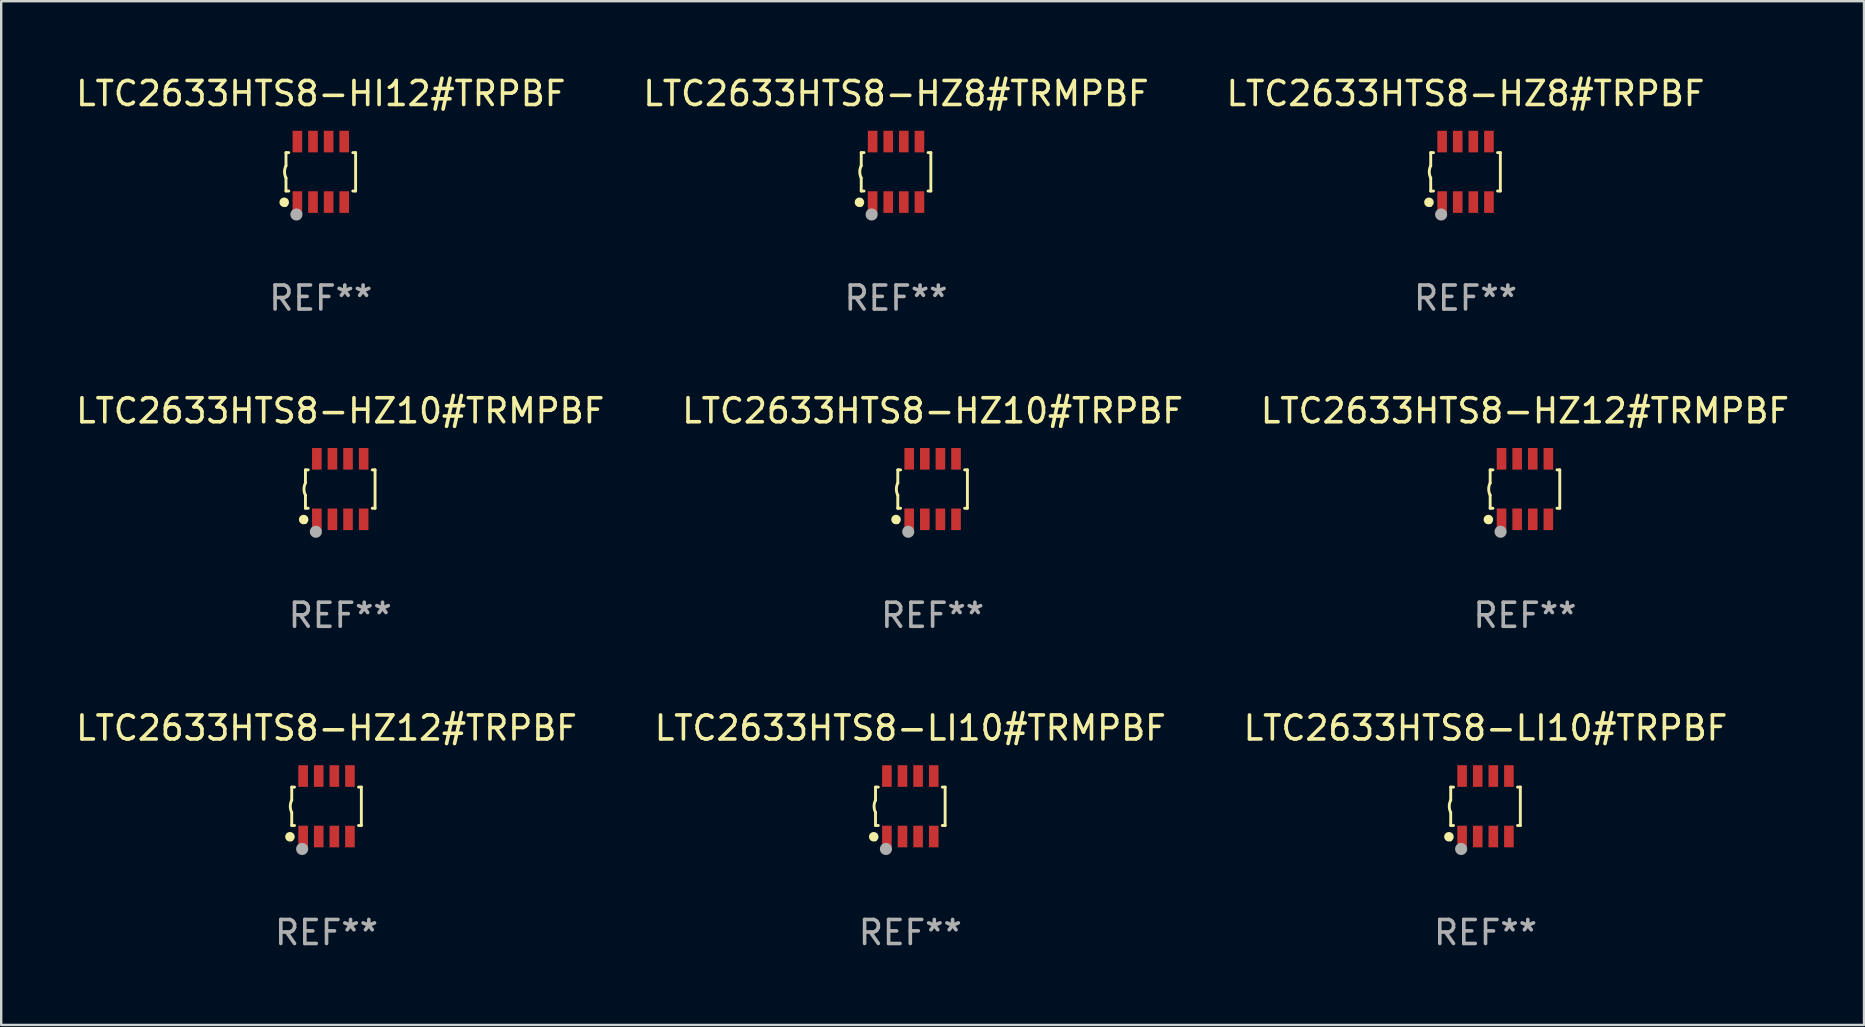
<source format=kicad_pcb>
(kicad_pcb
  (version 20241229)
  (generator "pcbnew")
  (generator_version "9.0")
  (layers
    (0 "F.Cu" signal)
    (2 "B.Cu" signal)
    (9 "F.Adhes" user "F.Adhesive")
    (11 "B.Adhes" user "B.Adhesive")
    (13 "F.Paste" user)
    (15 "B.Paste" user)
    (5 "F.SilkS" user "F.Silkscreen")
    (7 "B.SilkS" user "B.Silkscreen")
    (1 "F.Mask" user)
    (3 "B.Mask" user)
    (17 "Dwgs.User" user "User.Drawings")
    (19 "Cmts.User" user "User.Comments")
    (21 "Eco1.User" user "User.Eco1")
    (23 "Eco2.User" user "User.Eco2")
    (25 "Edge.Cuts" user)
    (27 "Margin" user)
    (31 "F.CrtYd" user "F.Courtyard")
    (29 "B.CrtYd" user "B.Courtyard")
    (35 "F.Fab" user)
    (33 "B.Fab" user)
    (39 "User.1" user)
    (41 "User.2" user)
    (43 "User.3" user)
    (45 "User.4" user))
  (footprint "LTC2633HTS8-HZ8#TRMPBF"
    (layer "F.Cu")
    (at 34.28 4.108)
    (property "Reference" "LTC2633HTS8-HZ8#TRMPBF" (at 0 -3.26 0) (layer "F.SilkS") (effects (font (size 1 1) (thickness 0.15))))
    (attr through_hole)
    (fp_line (start -1.45 -0.8) (end -1.45 -0.254) (stroke (width 0.12) (type solid)) (layer "F.SilkS"))
    (fp_line (start -1.45 -0.8) (end -1.334 -0.8) (stroke (width 0.12) (type solid)) (layer "F.SilkS"))
    (fp_line (start -1.45 0.8) (end -1.45 0.254) (stroke (width 0.12) (type solid)) (layer "F.SilkS"))
    (fp_line (start -1.45 0.8) (end -1.334 0.8) (stroke (width 0.12) (type solid)) (layer "F.SilkS"))
    (fp_line (start 1.334 -0.8) (end 1.45 -0.8) (stroke (width 0.12) (type solid)) (layer "F.SilkS"))
    (fp_line (start 1.334 0.8) (end 1.45 0.8) (stroke (width 0.12) (type solid)) (layer "F.SilkS"))
    (fp_line (start 1.45 0.8) (end 1.45 -0.8) (stroke (width 0.12) (type solid)) (layer "F.SilkS"))
    (fp_arc (start -1.45075 0.255144) (mid -1.510605 0.000434) (end -1.450013 -0.254102) (stroke (width 0.11999) (type solid)) (layer "F.SilkS"))
    (fp_circle (center -1.524 1.27) (end -1.424 1.27) (stroke (width 0.2) (type solid)) (fill no) (layer "F.SilkS"))
    (fp_circle (center -1.45 1.4) (end -1.42 1.4) (stroke (width 0.06) (type solid)) (fill no) (layer "F.SilkS"))
    (fp_circle (center -1.016 1.778) (end -0.889 1.778) (stroke (width 0.254) (type solid)) (fill no) (layer "F.Fab"))
    (fp_text user "REF**" (at 0 5.26 0) (layer "F.Fab") (effects (font (size 1 1) (thickness 0.15))))
    (pad "1" smd rect (at -0.975 1.26) (size 0.4 0.9) (layers "F.Cu" "F.Mask" "F.Paste"))
    (pad "2" smd rect (at -0.325 1.26) (size 0.4 0.9) (layers "F.Cu" "F.Mask" "F.Paste"))
    (pad "3" smd rect (at 0.325 1.26) (size 0.4 0.9) (layers "F.Cu" "F.Mask" "F.Paste"))
    (pad "4" smd rect (at 0.975 1.26) (size 0.4 0.9) (layers "F.Cu" "F.Mask" "F.Paste"))
    (pad "5" smd rect (at 0.975 -1.26) (size 0.4 0.9) (layers "F.Cu" "F.Mask" "F.Paste"))
    (pad "6" smd rect (at 0.325 -1.26) (size 0.4 0.9) (layers "F.Cu" "F.Mask" "F.Paste"))
    (pad "7" smd rect (at -0.325 -1.26) (size 0.4 0.9) (layers "F.Cu" "F.Mask" "F.Paste"))
    (pad "8" smd rect (at -0.975 -1.26) (size 0.4 0.9) (layers "F.Cu" "F.Mask" "F.Paste")))
  (footprint "LTC2633HTS8-LI10#TRPBF"
    (layer "F.Cu")
    (at 58.839 30.541)
    (property "Reference" "LTC2633HTS8-LI10#TRPBF" (at 0 -3.26 0) (layer "F.SilkS") (effects (font (size 1 1) (thickness 0.15))))
    (attr through_hole)
    (fp_line (start -1.45 -0.8) (end -1.45 -0.254) (stroke (width 0.12) (type solid)) (layer "F.SilkS"))
    (fp_line (start -1.45 -0.8) (end -1.334 -0.8) (stroke (width 0.12) (type solid)) (layer "F.SilkS"))
    (fp_line (start -1.45 0.8) (end -1.45 0.254) (stroke (width 0.12) (type solid)) (layer "F.SilkS"))
    (fp_line (start -1.45 0.8) (end -1.334 0.8) (stroke (width 0.12) (type solid)) (layer "F.SilkS"))
    (fp_line (start 1.334 -0.8) (end 1.45 -0.8) (stroke (width 0.12) (type solid)) (layer "F.SilkS"))
    (fp_line (start 1.334 0.8) (end 1.45 0.8) (stroke (width 0.12) (type solid)) (layer "F.SilkS"))
    (fp_line (start 1.45 0.8) (end 1.45 -0.8) (stroke (width 0.12) (type solid)) (layer "F.SilkS"))
    (fp_arc (start -1.45075 0.255144) (mid -1.510605 0.000434) (end -1.450013 -0.254102) (stroke (width 0.11999) (type solid)) (layer "F.SilkS"))
    (fp_circle (center -1.524 1.27) (end -1.424 1.27) (stroke (width 0.2) (type solid)) (fill no) (layer "F.SilkS"))
    (fp_circle (center -1.45 1.4) (end -1.42 1.4) (stroke (width 0.06) (type solid)) (fill no) (layer "F.SilkS"))
    (fp_circle (center -1.016 1.778) (end -0.889 1.778) (stroke (width 0.254) (type solid)) (fill no) (layer "F.Fab"))
    (fp_text user "REF**" (at 0 5.26 0) (layer "F.Fab") (effects (font (size 1 1) (thickness 0.15))))
    (pad "1" smd rect (at -0.975 1.26) (size 0.4 0.9) (layers "F.Cu" "F.Mask" "F.Paste"))
    (pad "2" smd rect (at -0.325 1.26) (size 0.4 0.9) (layers "F.Cu" "F.Mask" "F.Paste"))
    (pad "3" smd rect (at 0.325 1.26) (size 0.4 0.9) (layers "F.Cu" "F.Mask" "F.Paste"))
    (pad "4" smd rect (at 0.975 1.26) (size 0.4 0.9) (layers "F.Cu" "F.Mask" "F.Paste"))
    (pad "5" smd rect (at 0.975 -1.26) (size 0.4 0.9) (layers "F.Cu" "F.Mask" "F.Paste"))
    (pad "6" smd rect (at 0.325 -1.26) (size 0.4 0.9) (layers "F.Cu" "F.Mask" "F.Paste"))
    (pad "7" smd rect (at -0.325 -1.26) (size 0.4 0.9) (layers "F.Cu" "F.Mask" "F.Paste"))
    (pad "8" smd rect (at -0.975 -1.26) (size 0.4 0.9) (layers "F.Cu" "F.Mask" "F.Paste")))
  (footprint "LTC2633HTS8-HZ12#TRMPBF"
    (layer "F.Cu")
    (at 60.482 17.325)
    (property "Reference" "LTC2633HTS8-HZ12#TRMPBF" (at 0 -3.26 0) (layer "F.SilkS") (effects (font (size 1 1) (thickness 0.15))))
    (attr through_hole)
    (fp_line (start -1.45 -0.8) (end -1.45 -0.254) (stroke (width 0.12) (type solid)) (layer "F.SilkS"))
    (fp_line (start -1.45 -0.8) (end -1.334 -0.8) (stroke (width 0.12) (type solid)) (layer "F.SilkS"))
    (fp_line (start -1.45 0.8) (end -1.45 0.254) (stroke (width 0.12) (type solid)) (layer "F.SilkS"))
    (fp_line (start -1.45 0.8) (end -1.334 0.8) (stroke (width 0.12) (type solid)) (layer "F.SilkS"))
    (fp_line (start 1.334 -0.8) (end 1.45 -0.8) (stroke (width 0.12) (type solid)) (layer "F.SilkS"))
    (fp_line (start 1.334 0.8) (end 1.45 0.8) (stroke (width 0.12) (type solid)) (layer "F.SilkS"))
    (fp_line (start 1.45 0.8) (end 1.45 -0.8) (stroke (width 0.12) (type solid)) (layer "F.SilkS"))
    (fp_arc (start -1.45075 0.255144) (mid -1.510605 0.000434) (end -1.450013 -0.254102) (stroke (width 0.11999) (type solid)) (layer "F.SilkS"))
    (fp_circle (center -1.524 1.27) (end -1.424 1.27) (stroke (width 0.2) (type solid)) (fill no) (layer "F.SilkS"))
    (fp_circle (center -1.45 1.4) (end -1.42 1.4) (stroke (width 0.06) (type solid)) (fill no) (layer "F.SilkS"))
    (fp_circle (center -1.016 1.778) (end -0.889 1.778) (stroke (width 0.254) (type solid)) (fill no) (layer "F.Fab"))
    (fp_text user "REF**" (at 0 5.26 0) (layer "F.Fab") (effects (font (size 1 1) (thickness 0.15))))
    (pad "1" smd rect (at -0.975 1.26) (size 0.4 0.9) (layers "F.Cu" "F.Mask" "F.Paste"))
    (pad "2" smd rect (at -0.325 1.26) (size 0.4 0.9) (layers "F.Cu" "F.Mask" "F.Paste"))
    (pad "3" smd rect (at 0.325 1.26) (size 0.4 0.9) (layers "F.Cu" "F.Mask" "F.Paste"))
    (pad "4" smd rect (at 0.975 1.26) (size 0.4 0.9) (layers "F.Cu" "F.Mask" "F.Paste"))
    (pad "5" smd rect (at 0.975 -1.26) (size 0.4 0.9) (layers "F.Cu" "F.Mask" "F.Paste"))
    (pad "6" smd rect (at 0.325 -1.26) (size 0.4 0.9) (layers "F.Cu" "F.Mask" "F.Paste"))
    (pad "7" smd rect (at -0.325 -1.26) (size 0.4 0.9) (layers "F.Cu" "F.Mask" "F.Paste"))
    (pad "8" smd rect (at -0.975 -1.26) (size 0.4 0.9) (layers "F.Cu" "F.Mask" "F.Paste")))
  (footprint "LTC2633HTS8-LI10#TRMPBF"
    (layer "F.Cu")
    (at 34.875 30.541)
    (property "Reference" "LTC2633HTS8-LI10#TRMPBF" (at 0 -3.26 0) (layer "F.SilkS") (effects (font (size 1 1) (thickness 0.15))))
    (attr through_hole)
    (fp_line (start -1.45 -0.8) (end -1.45 -0.254) (stroke (width 0.12) (type solid)) (layer "F.SilkS"))
    (fp_line (start -1.45 -0.8) (end -1.334 -0.8) (stroke (width 0.12) (type solid)) (layer "F.SilkS"))
    (fp_line (start -1.45 0.8) (end -1.45 0.254) (stroke (width 0.12) (type solid)) (layer "F.SilkS"))
    (fp_line (start -1.45 0.8) (end -1.334 0.8) (stroke (width 0.12) (type solid)) (layer "F.SilkS"))
    (fp_line (start 1.334 -0.8) (end 1.45 -0.8) (stroke (width 0.12) (type solid)) (layer "F.SilkS"))
    (fp_line (start 1.334 0.8) (end 1.45 0.8) (stroke (width 0.12) (type solid)) (layer "F.SilkS"))
    (fp_line (start 1.45 0.8) (end 1.45 -0.8) (stroke (width 0.12) (type solid)) (layer "F.SilkS"))
    (fp_arc (start -1.45075 0.255144) (mid -1.510605 0.000434) (end -1.450013 -0.254102) (stroke (width 0.11999) (type solid)) (layer "F.SilkS"))
    (fp_circle (center -1.524 1.27) (end -1.424 1.27) (stroke (width 0.2) (type solid)) (fill no) (layer "F.SilkS"))
    (fp_circle (center -1.45 1.4) (end -1.42 1.4) (stroke (width 0.06) (type solid)) (fill no) (layer "F.SilkS"))
    (fp_circle (center -1.016 1.778) (end -0.889 1.778) (stroke (width 0.254) (type solid)) (fill no) (layer "F.Fab"))
    (fp_text user "REF**" (at 0 5.26 0) (layer "F.Fab") (effects (font (size 1 1) (thickness 0.15))))
    (pad "1" smd rect (at -0.975 1.26) (size 0.4 0.9) (layers "F.Cu" "F.Mask" "F.Paste"))
    (pad "2" smd rect (at -0.325 1.26) (size 0.4 0.9) (layers "F.Cu" "F.Mask" "F.Paste"))
    (pad "3" smd rect (at 0.325 1.26) (size 0.4 0.9) (layers "F.Cu" "F.Mask" "F.Paste"))
    (pad "4" smd rect (at 0.975 1.26) (size 0.4 0.9) (layers "F.Cu" "F.Mask" "F.Paste"))
    (pad "5" smd rect (at 0.975 -1.26) (size 0.4 0.9) (layers "F.Cu" "F.Mask" "F.Paste"))
    (pad "6" smd rect (at 0.325 -1.26) (size 0.4 0.9) (layers "F.Cu" "F.Mask" "F.Paste"))
    (pad "7" smd rect (at -0.325 -1.26) (size 0.4 0.9) (layers "F.Cu" "F.Mask" "F.Paste"))
    (pad "8" smd rect (at -0.975 -1.26) (size 0.4 0.9) (layers "F.Cu" "F.Mask" "F.Paste")))
  (footprint "LTC2633HTS8-HI12#TRPBF"
    (layer "F.Cu")
    (at 10.315 4.108)
    (property "Reference" "LTC2633HTS8-HI12#TRPBF" (at 0 -3.26 0) (layer "F.SilkS") (effects (font (size 1 1) (thickness 0.15))))
    (attr through_hole)
    (fp_line (start -1.45 -0.8) (end -1.45 -0.254) (stroke (width 0.12) (type solid)) (layer "F.SilkS"))
    (fp_line (start -1.45 -0.8) (end -1.334 -0.8) (stroke (width 0.12) (type solid)) (layer "F.SilkS"))
    (fp_line (start -1.45 0.8) (end -1.45 0.254) (stroke (width 0.12) (type solid)) (layer "F.SilkS"))
    (fp_line (start -1.45 0.8) (end -1.334 0.8) (stroke (width 0.12) (type solid)) (layer "F.SilkS"))
    (fp_line (start 1.334 -0.8) (end 1.45 -0.8) (stroke (width 0.12) (type solid)) (layer "F.SilkS"))
    (fp_line (start 1.334 0.8) (end 1.45 0.8) (stroke (width 0.12) (type solid)) (layer "F.SilkS"))
    (fp_line (start 1.45 0.8) (end 1.45 -0.8) (stroke (width 0.12) (type solid)) (layer "F.SilkS"))
    (fp_arc (start -1.45075 0.255144) (mid -1.510605 0.000434) (end -1.450013 -0.254102) (stroke (width 0.11999) (type solid)) (layer "F.SilkS"))
    (fp_circle (center -1.524 1.27) (end -1.424 1.27) (stroke (width 0.2) (type solid)) (fill no) (layer "F.SilkS"))
    (fp_circle (center -1.45 1.4) (end -1.42 1.4) (stroke (width 0.06) (type solid)) (fill no) (layer "F.SilkS"))
    (fp_circle (center -1.016 1.778) (end -0.889 1.778) (stroke (width 0.254) (type solid)) (fill no) (layer "F.Fab"))
    (fp_text user "REF**" (at 0 5.26 0) (layer "F.Fab") (effects (font (size 1 1) (thickness 0.15))))
    (pad "1" smd rect (at -0.975 1.26) (size 0.4 0.9) (layers "F.Cu" "F.Mask" "F.Paste"))
    (pad "2" smd rect (at -0.325 1.26) (size 0.4 0.9) (layers "F.Cu" "F.Mask" "F.Paste"))
    (pad "3" smd rect (at 0.325 1.26) (size 0.4 0.9) (layers "F.Cu" "F.Mask" "F.Paste"))
    (pad "4" smd rect (at 0.975 1.26) (size 0.4 0.9) (layers "F.Cu" "F.Mask" "F.Paste"))
    (pad "5" smd rect (at 0.975 -1.26) (size 0.4 0.9) (layers "F.Cu" "F.Mask" "F.Paste"))
    (pad "6" smd rect (at 0.325 -1.26) (size 0.4 0.9) (layers "F.Cu" "F.Mask" "F.Paste"))
    (pad "7" smd rect (at -0.325 -1.26) (size 0.4 0.9) (layers "F.Cu" "F.Mask" "F.Paste"))
    (pad "8" smd rect (at -0.975 -1.26) (size 0.4 0.9) (layers "F.Cu" "F.Mask" "F.Paste")))
  (footprint "LTC2633HTS8-HZ12#TRPBF"
    (layer "F.Cu")
    (at 10.554 30.541)
    (property "Reference" "LTC2633HTS8-HZ12#TRPBF" (at 0 -3.26 0) (layer "F.SilkS") (effects (font (size 1 1) (thickness 0.15))))
    (attr through_hole)
    (fp_line (start -1.45 -0.8) (end -1.45 -0.254) (stroke (width 0.12) (type solid)) (layer "F.SilkS"))
    (fp_line (start -1.45 -0.8) (end -1.334 -0.8) (stroke (width 0.12) (type solid)) (layer "F.SilkS"))
    (fp_line (start -1.45 0.8) (end -1.45 0.254) (stroke (width 0.12) (type solid)) (layer "F.SilkS"))
    (fp_line (start -1.45 0.8) (end -1.334 0.8) (stroke (width 0.12) (type solid)) (layer "F.SilkS"))
    (fp_line (start 1.334 -0.8) (end 1.45 -0.8) (stroke (width 0.12) (type solid)) (layer "F.SilkS"))
    (fp_line (start 1.334 0.8) (end 1.45 0.8) (stroke (width 0.12) (type solid)) (layer "F.SilkS"))
    (fp_line (start 1.45 0.8) (end 1.45 -0.8) (stroke (width 0.12) (type solid)) (layer "F.SilkS"))
    (fp_arc (start -1.45075 0.255144) (mid -1.510605 0.000434) (end -1.450013 -0.254102) (stroke (width 0.11999) (type solid)) (layer "F.SilkS"))
    (fp_circle (center -1.524 1.27) (end -1.424 1.27) (stroke (width 0.2) (type solid)) (fill no) (layer "F.SilkS"))
    (fp_circle (center -1.45 1.4) (end -1.42 1.4) (stroke (width 0.06) (type solid)) (fill no) (layer "F.SilkS"))
    (fp_circle (center -1.016 1.778) (end -0.889 1.778) (stroke (width 0.254) (type solid)) (fill no) (layer "F.Fab"))
    (fp_text user "REF**" (at 0 5.26 0) (layer "F.Fab") (effects (font (size 1 1) (thickness 0.15))))
    (pad "1" smd rect (at -0.975 1.26) (size 0.4 0.9) (layers "F.Cu" "F.Mask" "F.Paste"))
    (pad "2" smd rect (at -0.325 1.26) (size 0.4 0.9) (layers "F.Cu" "F.Mask" "F.Paste"))
    (pad "3" smd rect (at 0.325 1.26) (size 0.4 0.9) (layers "F.Cu" "F.Mask" "F.Paste"))
    (pad "4" smd rect (at 0.975 1.26) (size 0.4 0.9) (layers "F.Cu" "F.Mask" "F.Paste"))
    (pad "5" smd rect (at 0.975 -1.26) (size 0.4 0.9) (layers "F.Cu" "F.Mask" "F.Paste"))
    (pad "6" smd rect (at 0.325 -1.26) (size 0.4 0.9) (layers "F.Cu" "F.Mask" "F.Paste"))
    (pad "7" smd rect (at -0.325 -1.26) (size 0.4 0.9) (layers "F.Cu" "F.Mask" "F.Paste"))
    (pad "8" smd rect (at -0.975 -1.26) (size 0.4 0.9) (layers "F.Cu" "F.Mask" "F.Paste")))
  (footprint "LTC2633HTS8-HZ8#TRPBF"
    (layer "F.Cu")
    (at 58.006 4.108)
    (property "Reference" "LTC2633HTS8-HZ8#TRPBF" (at 0 -3.26 0) (layer "F.SilkS") (effects (font (size 1 1) (thickness 0.15))))
    (attr through_hole)
    (fp_line (start -1.45 -0.8) (end -1.45 -0.254) (stroke (width 0.12) (type solid)) (layer "F.SilkS"))
    (fp_line (start -1.45 -0.8) (end -1.334 -0.8) (stroke (width 0.12) (type solid)) (layer "F.SilkS"))
    (fp_line (start -1.45 0.8) (end -1.45 0.254) (stroke (width 0.12) (type solid)) (layer "F.SilkS"))
    (fp_line (start -1.45 0.8) (end -1.334 0.8) (stroke (width 0.12) (type solid)) (layer "F.SilkS"))
    (fp_line (start 1.334 -0.8) (end 1.45 -0.8) (stroke (width 0.12) (type solid)) (layer "F.SilkS"))
    (fp_line (start 1.334 0.8) (end 1.45 0.8) (stroke (width 0.12) (type solid)) (layer "F.SilkS"))
    (fp_line (start 1.45 0.8) (end 1.45 -0.8) (stroke (width 0.12) (type solid)) (layer "F.SilkS"))
    (fp_arc (start -1.45075 0.255144) (mid -1.510605 0.000434) (end -1.450013 -0.254102) (stroke (width 0.11999) (type solid)) (layer "F.SilkS"))
    (fp_circle (center -1.524 1.27) (end -1.424 1.27) (stroke (width 0.2) (type solid)) (fill no) (layer "F.SilkS"))
    (fp_circle (center -1.45 1.4) (end -1.42 1.4) (stroke (width 0.06) (type solid)) (fill no) (layer "F.SilkS"))
    (fp_circle (center -1.016 1.778) (end -0.889 1.778) (stroke (width 0.254) (type solid)) (fill no) (layer "F.Fab"))
    (fp_text user "REF**" (at 0 5.26 0) (layer "F.Fab") (effects (font (size 1 1) (thickness 0.15))))
    (pad "1" smd rect (at -0.975 1.26) (size 0.4 0.9) (layers "F.Cu" "F.Mask" "F.Paste"))
    (pad "2" smd rect (at -0.325 1.26) (size 0.4 0.9) (layers "F.Cu" "F.Mask" "F.Paste"))
    (pad "3" smd rect (at 0.325 1.26) (size 0.4 0.9) (layers "F.Cu" "F.Mask" "F.Paste"))
    (pad "4" smd rect (at 0.975 1.26) (size 0.4 0.9) (layers "F.Cu" "F.Mask" "F.Paste"))
    (pad "5" smd rect (at 0.975 -1.26) (size 0.4 0.9) (layers "F.Cu" "F.Mask" "F.Paste"))
    (pad "6" smd rect (at 0.325 -1.26) (size 0.4 0.9) (layers "F.Cu" "F.Mask" "F.Paste"))
    (pad "7" smd rect (at -0.325 -1.26) (size 0.4 0.9) (layers "F.Cu" "F.Mask" "F.Paste"))
    (pad "8" smd rect (at -0.975 -1.26) (size 0.4 0.9) (layers "F.Cu" "F.Mask" "F.Paste")))
  (footprint "LTC2633HTS8-HZ10#TRPBF"
    (layer "F.Cu")
    (at 35.804 17.325)
    (property "Reference" "LTC2633HTS8-HZ10#TRPBF" (at 0 -3.26 0) (layer "F.SilkS") (effects (font (size 1 1) (thickness 0.15))))
    (attr through_hole)
    (fp_line (start -1.45 -0.8) (end -1.45 -0.254) (stroke (width 0.12) (type solid)) (layer "F.SilkS"))
    (fp_line (start -1.45 -0.8) (end -1.334 -0.8) (stroke (width 0.12) (type solid)) (layer "F.SilkS"))
    (fp_line (start -1.45 0.8) (end -1.45 0.254) (stroke (width 0.12) (type solid)) (layer "F.SilkS"))
    (fp_line (start -1.45 0.8) (end -1.334 0.8) (stroke (width 0.12) (type solid)) (layer "F.SilkS"))
    (fp_line (start 1.334 -0.8) (end 1.45 -0.8) (stroke (width 0.12) (type solid)) (layer "F.SilkS"))
    (fp_line (start 1.334 0.8) (end 1.45 0.8) (stroke (width 0.12) (type solid)) (layer "F.SilkS"))
    (fp_line (start 1.45 0.8) (end 1.45 -0.8) (stroke (width 0.12) (type solid)) (layer "F.SilkS"))
    (fp_arc (start -1.45075 0.255144) (mid -1.510605 0.000434) (end -1.450013 -0.254102) (stroke (width 0.11999) (type solid)) (layer "F.SilkS"))
    (fp_circle (center -1.524 1.27) (end -1.424 1.27) (stroke (width 0.2) (type solid)) (fill no) (layer "F.SilkS"))
    (fp_circle (center -1.45 1.4) (end -1.42 1.4) (stroke (width 0.06) (type solid)) (fill no) (layer "F.SilkS"))
    (fp_circle (center -1.016 1.778) (end -0.889 1.778) (stroke (width 0.254) (type solid)) (fill no) (layer "F.Fab"))
    (fp_text user "REF**" (at 0 5.26 0) (layer "F.Fab") (effects (font (size 1 1) (thickness 0.15))))
    (pad "1" smd rect (at -0.975 1.26) (size 0.4 0.9) (layers "F.Cu" "F.Mask" "F.Paste"))
    (pad "2" smd rect (at -0.325 1.26) (size 0.4 0.9) (layers "F.Cu" "F.Mask" "F.Paste"))
    (pad "3" smd rect (at 0.325 1.26) (size 0.4 0.9) (layers "F.Cu" "F.Mask" "F.Paste"))
    (pad "4" smd rect (at 0.975 1.26) (size 0.4 0.9) (layers "F.Cu" "F.Mask" "F.Paste"))
    (pad "5" smd rect (at 0.975 -1.26) (size 0.4 0.9) (layers "F.Cu" "F.Mask" "F.Paste"))
    (pad "6" smd rect (at 0.325 -1.26) (size 0.4 0.9) (layers "F.Cu" "F.Mask" "F.Paste"))
    (pad "7" smd rect (at -0.325 -1.26) (size 0.4 0.9) (layers "F.Cu" "F.Mask" "F.Paste"))
    (pad "8" smd rect (at -0.975 -1.26) (size 0.4 0.9) (layers "F.Cu" "F.Mask" "F.Paste")))
  (footprint "LTC2633HTS8-HZ10#TRMPBF"
    (layer "F.Cu")
    (at 11.125 17.325)
    (property "Reference" "LTC2633HTS8-HZ10#TRMPBF" (at 0 -3.26 0) (layer "F.SilkS") (effects (font (size 1 1) (thickness 0.15))))
    (attr through_hole)
    (fp_line (start -1.45 -0.8) (end -1.45 -0.254) (stroke (width 0.12) (type solid)) (layer "F.SilkS"))
    (fp_line (start -1.45 -0.8) (end -1.334 -0.8) (stroke (width 0.12) (type solid)) (layer "F.SilkS"))
    (fp_line (start -1.45 0.8) (end -1.45 0.254) (stroke (width 0.12) (type solid)) (layer "F.SilkS"))
    (fp_line (start -1.45 0.8) (end -1.334 0.8) (stroke (width 0.12) (type solid)) (layer "F.SilkS"))
    (fp_line (start 1.334 -0.8) (end 1.45 -0.8) (stroke (width 0.12) (type solid)) (layer "F.SilkS"))
    (fp_line (start 1.334 0.8) (end 1.45 0.8) (stroke (width 0.12) (type solid)) (layer "F.SilkS"))
    (fp_line (start 1.45 0.8) (end 1.45 -0.8) (stroke (width 0.12) (type solid)) (layer "F.SilkS"))
    (fp_arc (start -1.45075 0.255144) (mid -1.510605 0.000434) (end -1.450013 -0.254102) (stroke (width 0.11999) (type solid)) (layer "F.SilkS"))
    (fp_circle (center -1.524 1.27) (end -1.424 1.27) (stroke (width 0.2) (type solid)) (fill no) (layer "F.SilkS"))
    (fp_circle (center -1.45 1.4) (end -1.42 1.4) (stroke (width 0.06) (type solid)) (fill no) (layer "F.SilkS"))
    (fp_circle (center -1.016 1.778) (end -0.889 1.778) (stroke (width 0.254) (type solid)) (fill no) (layer "F.Fab"))
    (fp_text user "REF**" (at 0 5.26 0) (layer "F.Fab") (effects (font (size 1 1) (thickness 0.15))))
    (pad "1" smd rect (at -0.975 1.26) (size 0.4 0.9) (layers "F.Cu" "F.Mask" "F.Paste"))
    (pad "2" smd rect (at -0.325 1.26) (size 0.4 0.9) (layers "F.Cu" "F.Mask" "F.Paste"))
    (pad "3" smd rect (at 0.325 1.26) (size 0.4 0.9) (layers "F.Cu" "F.Mask" "F.Paste"))
    (pad "4" smd rect (at 0.975 1.26) (size 0.4 0.9) (layers "F.Cu" "F.Mask" "F.Paste"))
    (pad "5" smd rect (at 0.975 -1.26) (size 0.4 0.9) (layers "F.Cu" "F.Mask" "F.Paste"))
    (pad "6" smd rect (at 0.325 -1.26) (size 0.4 0.9) (layers "F.Cu" "F.Mask" "F.Paste"))
    (pad "7" smd rect (at -0.325 -1.26) (size 0.4 0.9) (layers "F.Cu" "F.Mask" "F.Paste"))
    (pad "8" smd rect (at -0.975 -1.26) (size 0.4 0.9) (layers "F.Cu" "F.Mask" "F.Paste")))
  (gr_rect
    (start -3 -3)
    (end 74.607 39.649)
    (stroke (width 0.1) (type default))
    (fill no)
    (layer "Edge.Cuts")))
</source>
